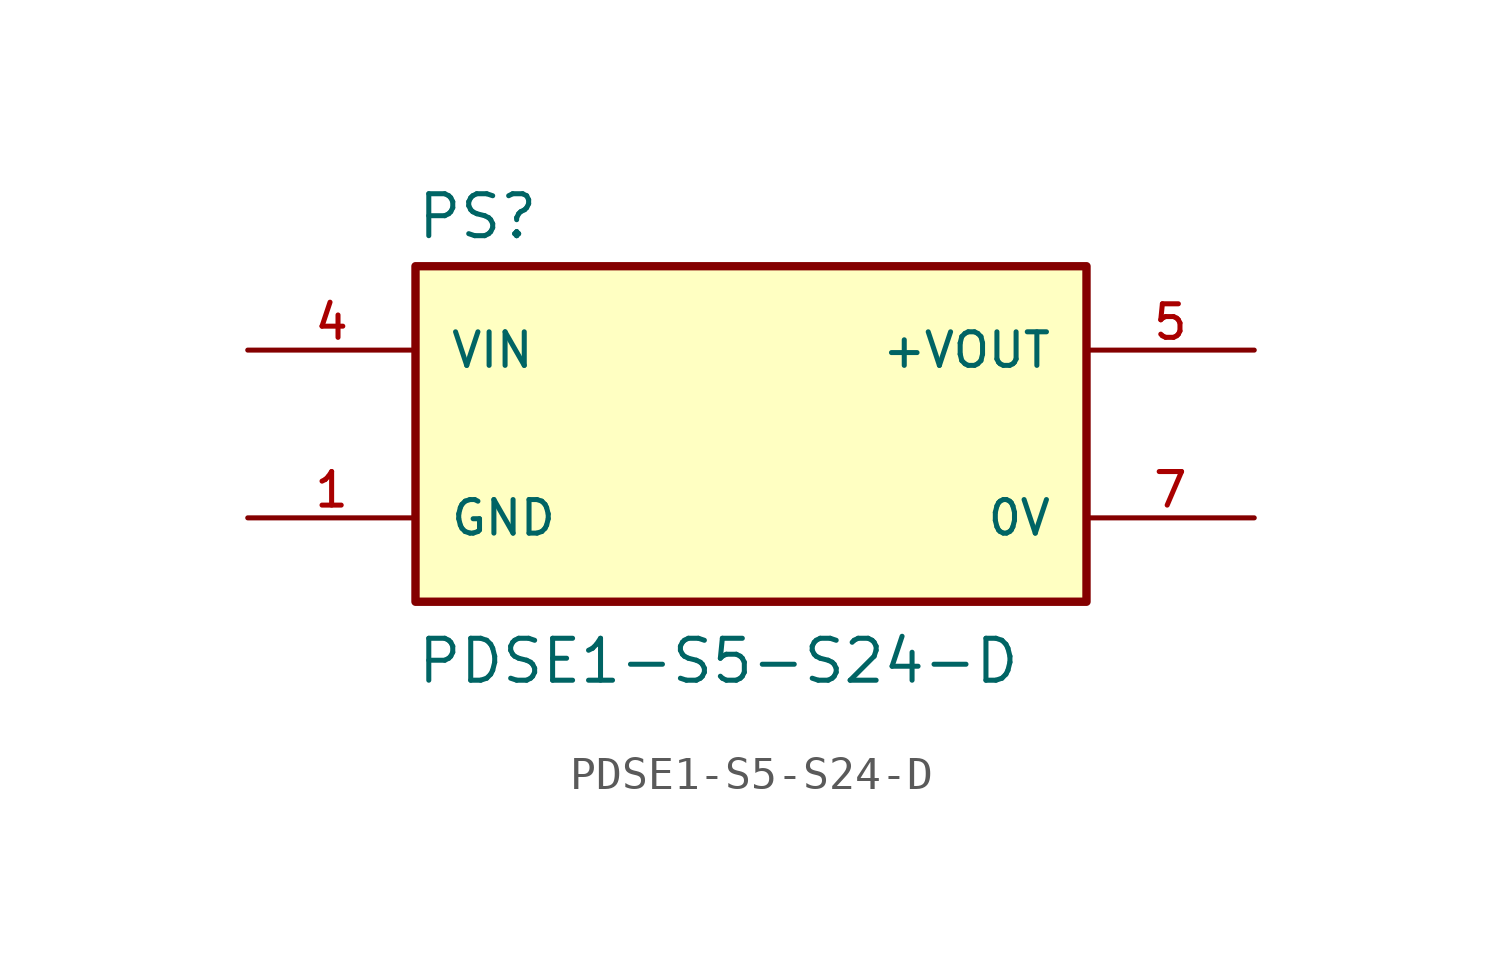
<source format=kicad_sym>
(kicad_symbol_lib
  (version 20211014)
  (generator kicad_symbol_editor)
  (symbol "PDSE1-S5-S24-D"
    (pin_names
      (offset 1.016))
    (property "Reference" "PS"
      (at -10.16 5.842 0)
      (effects (font (size 1.27 1.27)) (justify left bottom)))
    (property "Value" "PDSE1-S5-S24-D"
      (at -10.16 -7.62 0)
      (effects (font (size 1.27 1.27)) (justify left bottom)))
    (symbol "PDSE1-S5-S24-D_0_0"
      (rectangle (start -10.16 -5.08) (end 10.16 5.08) (stroke (width 0.254) (type default) (color 0 0 0 0)) (fill (type background)))
      (pin power_in line (at -15.24 -2.54 0) (length 5.08) (name "GND" (effects (font (size 1.016 1.016)))) (number "1" (effects (font (size 1.016 1.016)))))
      (pin input line (at -15.24 2.54 0) (length 5.08) (name "VIN" (effects (font (size 1.016 1.016)))) (number "4" (effects (font (size 1.016 1.016)))))
      (pin output line (at 15.24 2.54 180) (length 5.08) (name "+VOUT" (effects (font (size 1.016 1.016)))) (number "5" (effects (font (size 1.016 1.016)))))
      (pin output line (at 15.24 -2.54 180) (length 5.08) (name "0V" (effects (font (size 1.016 1.016)))) (number "7" (effects (font (size 1.016 1.016))))))))
</source>
